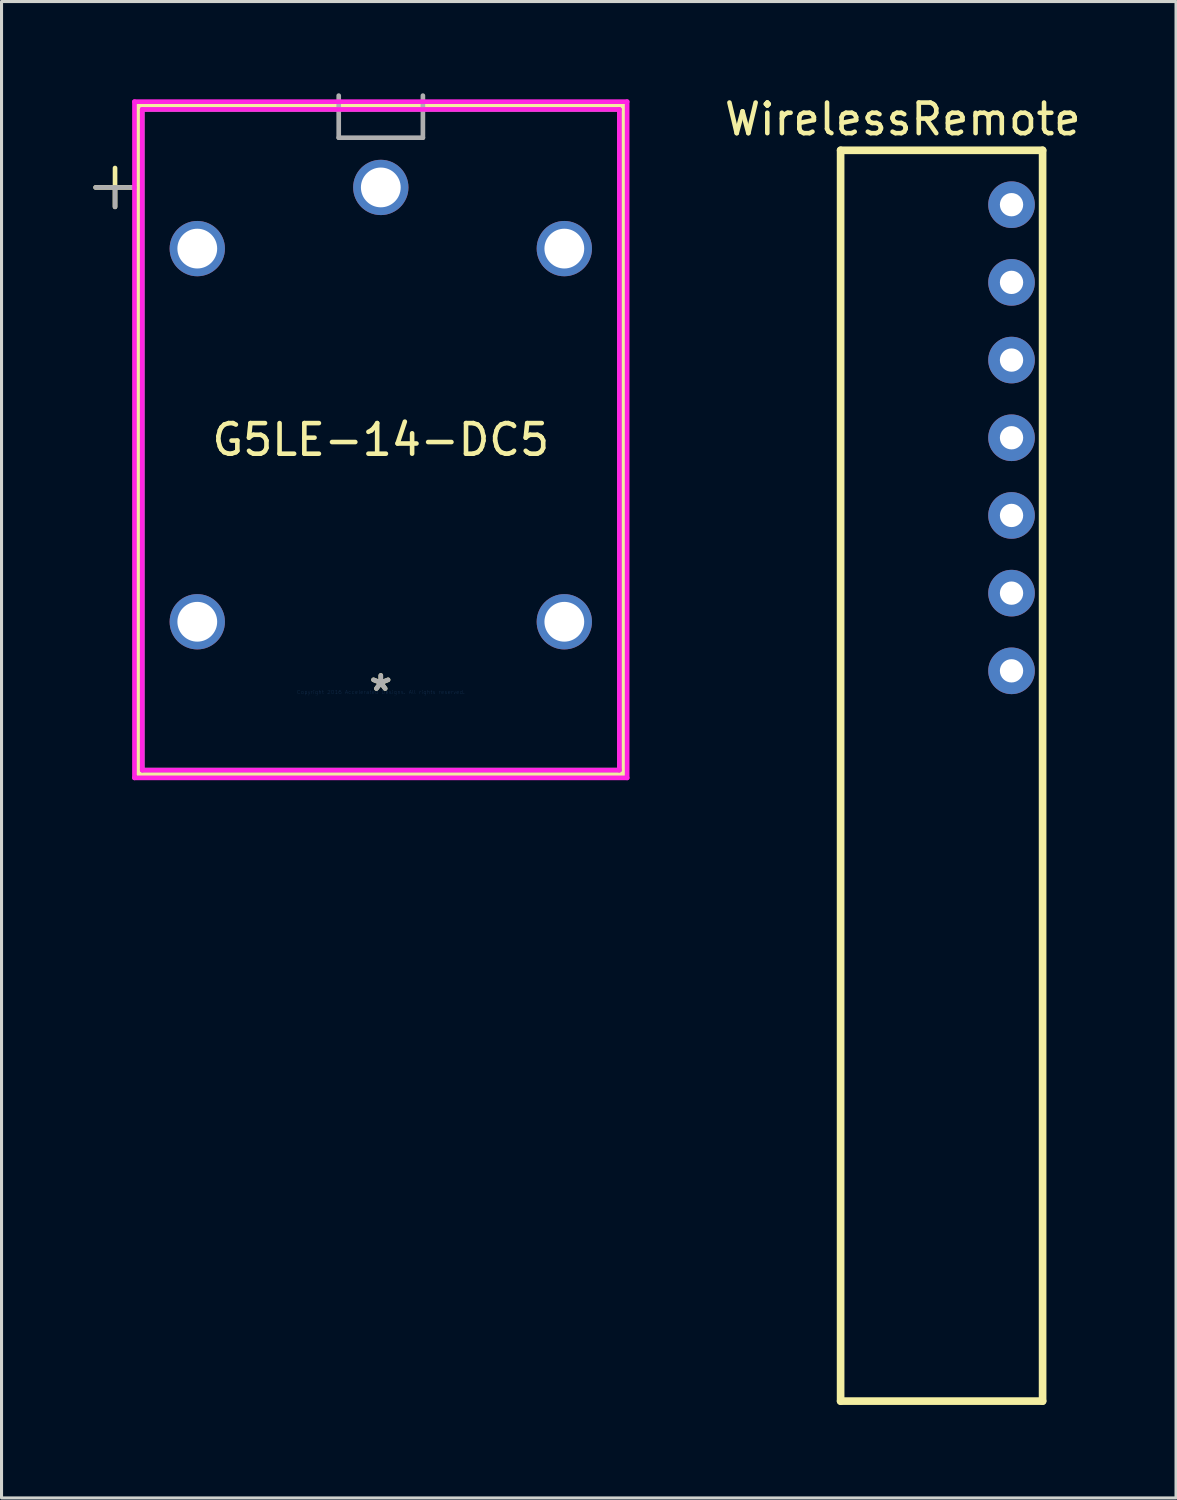
<source format=kicad_pcb>
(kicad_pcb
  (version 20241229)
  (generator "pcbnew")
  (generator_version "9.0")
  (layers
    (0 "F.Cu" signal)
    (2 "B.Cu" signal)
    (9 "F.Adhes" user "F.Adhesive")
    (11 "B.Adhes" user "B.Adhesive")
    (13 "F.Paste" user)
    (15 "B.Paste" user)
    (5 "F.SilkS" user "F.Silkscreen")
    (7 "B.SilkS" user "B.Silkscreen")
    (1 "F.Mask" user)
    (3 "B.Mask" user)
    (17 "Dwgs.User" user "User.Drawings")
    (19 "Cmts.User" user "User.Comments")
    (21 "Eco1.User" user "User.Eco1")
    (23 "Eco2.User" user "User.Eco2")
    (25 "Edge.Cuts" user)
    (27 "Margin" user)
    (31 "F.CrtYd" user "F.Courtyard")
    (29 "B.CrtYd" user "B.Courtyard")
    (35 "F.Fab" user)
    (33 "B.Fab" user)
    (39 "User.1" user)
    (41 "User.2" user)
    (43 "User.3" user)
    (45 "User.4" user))
  (footprint "WirelessRemote"
    (layer "F.Cu")
    (at 25.957 3.642)
    (property "Reference" "WirelessRemote" (at 0.508 -2.794 0) (layer "F.SilkS") (effects (font (size 1 1) (thickness 0.15))))
    (attr through_hole)
    (fp_line (start -1.524 -1.778) (end -1.524 39.222) (stroke (width 0.12) (type solid)) (layer "F.Mask"))
    (fp_line (start -1.524 -1.778) (end 5.08 -1.778) (stroke (width 0.12) (type solid)) (layer "F.Mask"))
    (fp_line (start -1.524 39.222) (end 5.076 39.222) (stroke (width 0.12) (type solid)) (layer "F.Mask"))
    (fp_line (start 5.08 -1.778) (end 5.08 39.222) (stroke (width 0.12) (type solid)) (layer "F.Mask"))
    (fp_line (start -1.524 -1.778) (end 5.08 -1.778) (stroke (width 0.25) (type solid)) (layer "F.SilkS"))
    (fp_line (start -1.524 39.116) (end -1.524 -1.778) (stroke (width 0.25) (type solid)) (layer "F.SilkS"))
    (fp_line (start 5.08 -1.778) (end 5.08 39.116) (stroke (width 0.25) (type solid)) (layer "F.SilkS"))
    (fp_line (start 5.08 39.116) (end -1.524 39.116) (stroke (width 0.25) (type solid)) (layer "F.SilkS"))
    (pad "1" thru_hole circle (at 4.064 15.24) (size 1.524 1.524) (drill 0.762) (layers "*.Cu" "*.Mask"))
    (pad "2" thru_hole circle (at 4.064 12.7) (size 1.524 1.524) (drill 0.762) (layers "*.Cu" "*.Mask"))
    (pad "3" thru_hole circle (at 4.064 10.16) (size 1.524 1.524) (drill 0.762) (layers "*.Cu" "*.Mask"))
    (pad "4" thru_hole circle (at 4.064 7.62) (size 1.524 1.524) (drill 0.762) (layers "*.Cu" "*.Mask"))
    (pad "5" thru_hole circle (at 4.064 5.08) (size 1.524 1.524) (drill 0.762) (layers "*.Cu" "*.Mask"))
    (pad "6" thru_hole circle (at 4.064 2.54) (size 1.524 1.524) (drill 0.762) (layers "*.Cu" "*.Mask"))
    (pad "7" thru_hole circle (at 4.064 0) (size 1.524 1.524) (drill 0.762) (layers "*.Cu" "*.Mask")))
  (footprint "G5LE-14-DC5"
    (layer "F.Cu")
    (at 9.4 19.578)
    (property "Reference" "G5LE-14-DC5" (at 0 -8.25 0) (layer "F.SilkS") (effects (font (size 1 1) (thickness 0.15))))
    (attr through_hole)
    (fp_line (start -9.324 -16.5) (end -8.054 -16.5) (stroke (width 0.152) (type solid)) (layer "F.SilkS"))
    (fp_line (start -8.689 -17.135) (end -8.689 -15.865) (stroke (width 0.152) (type solid)) (layer "F.SilkS"))
    (fp_line (start -7.927 -19.177) (end -7.927 2.677) (stroke (width 0.152) (type solid)) (layer "F.SilkS"))
    (fp_line (start 7.927 -19.177) (end -7.927 -19.177) (stroke (width 0.152) (type solid)) (layer "F.SilkS"))
    (fp_line (start 7.927 -19.177) (end 7.927 2.677) (stroke (width 0.152) (type solid)) (layer "F.SilkS"))
    (fp_line (start 7.927 2.677) (end -7.927 2.677) (stroke (width 0.152) (type solid)) (layer "F.SilkS"))
    (fp_line (start -8.054 -19.304) (end -8.054 2.804) (stroke (width 0.152) (type solid)) (layer "F.CrtYd"))
    (fp_line (start -8.054 2.804) (end 8.054 2.804) (stroke (width 0.152) (type solid)) (layer "F.CrtYd"))
    (fp_line (start -7.8 -19.05) (end 7.8 -19.05) (stroke (width 0.152) (type solid)) (layer "F.CrtYd"))
    (fp_line (start -7.8 2.55) (end -7.8 -19.05) (stroke (width 0.152) (type solid)) (layer "F.CrtYd"))
    (fp_line (start 7.8 -19.05) (end 7.8 2.55) (stroke (width 0.152) (type solid)) (layer "F.CrtYd"))
    (fp_line (start 7.8 2.55) (end -7.8 2.55) (stroke (width 0.152) (type solid)) (layer "F.CrtYd"))
    (fp_line (start 8.054 -19.304) (end -8.054 -19.304) (stroke (width 0.152) (type solid)) (layer "F.CrtYd"))
    (fp_line (start 8.054 2.804) (end 8.054 -19.304) (stroke (width 0.152) (type solid)) (layer "F.CrtYd"))
    (fp_line (start -9.324 -16.5) (end -8.054 -16.5) (stroke (width 0.152) (type solid)) (layer "F.Fab"))
    (fp_line (start -8.689 -16.5) (end -8.689 -15.865) (stroke (width 0.152) (type solid)) (layer "F.Fab"))
    (fp_line (start -7.8 -19.05) (end -7.8 2.55) (stroke (width 0.152) (type solid)) (layer "F.Fab"))
    (fp_line (start -1.376 -18.126) (end -1.376 -19.502) (stroke (width 0.152) (type solid)) (layer "F.Fab"))
    (fp_line (start 1.376 -19.502) (end 1.376 -18.126) (stroke (width 0.152) (type solid)) (layer "F.Fab"))
    (fp_line (start 1.376 -18.126) (end -1.376 -18.126) (stroke (width 0.152) (type solid)) (layer "F.Fab"))
    (fp_line (start 7.8 -19.05) (end -7.8 -19.05) (stroke (width 0.152) (type solid)) (layer "F.Fab"))
    (fp_line (start 7.8 -19.05) (end 7.8 2.55) (stroke (width 0.152) (type solid)) (layer "F.Fab"))
    (fp_line (start 7.8 2.55) (end -7.8 2.55) (stroke (width 0.152) (type solid)) (layer "F.Fab"))
    (fp_text user "*" (at 0 0 0) (layer "F.SilkS") (effects (font (size 1 1) (thickness 0.15))))
    (fp_text user "Copyright 2016 Accelerated Designs. All rights reserved." (at 0 0 0) (layer "Cmts.User") (effects (font (size 0.127 0.127) (thickness 0.002))))
    (fp_text user "*" (at 0 0 0) (layer "F.Fab") (effects (font (size 1 1) (thickness 0.15))))
    (pad "1" thru_hole circle (at 0 -16.5) (size 1.808 1.808) (drill 1.3) (layers "*.Cu" "*.Mask"))
    (pad "2" thru_hole circle (at -6 -14.5) (size 1.808 1.808) (drill 1.3) (layers "*.Cu" "*.Mask"))
    (pad "3" thru_hole circle (at -6 -2.3) (size 1.808 1.808) (drill 1.3) (layers "*.Cu" "*.Mask"))
    (pad "4" thru_hole circle (at 6 -2.3) (size 1.808 1.808) (drill 1.3) (layers "*.Cu" "*.Mask"))
    (pad "5" thru_hole circle (at 6 -14.5) (size 1.808 1.808) (drill 1.3) (layers "*.Cu" "*.Mask")))
  (gr_rect
    (start -3 -3)
    (end 35.399 45.924)
    (stroke (width 0.1) (type default))
    (fill no)
    (layer "Edge.Cuts")))
</source>
